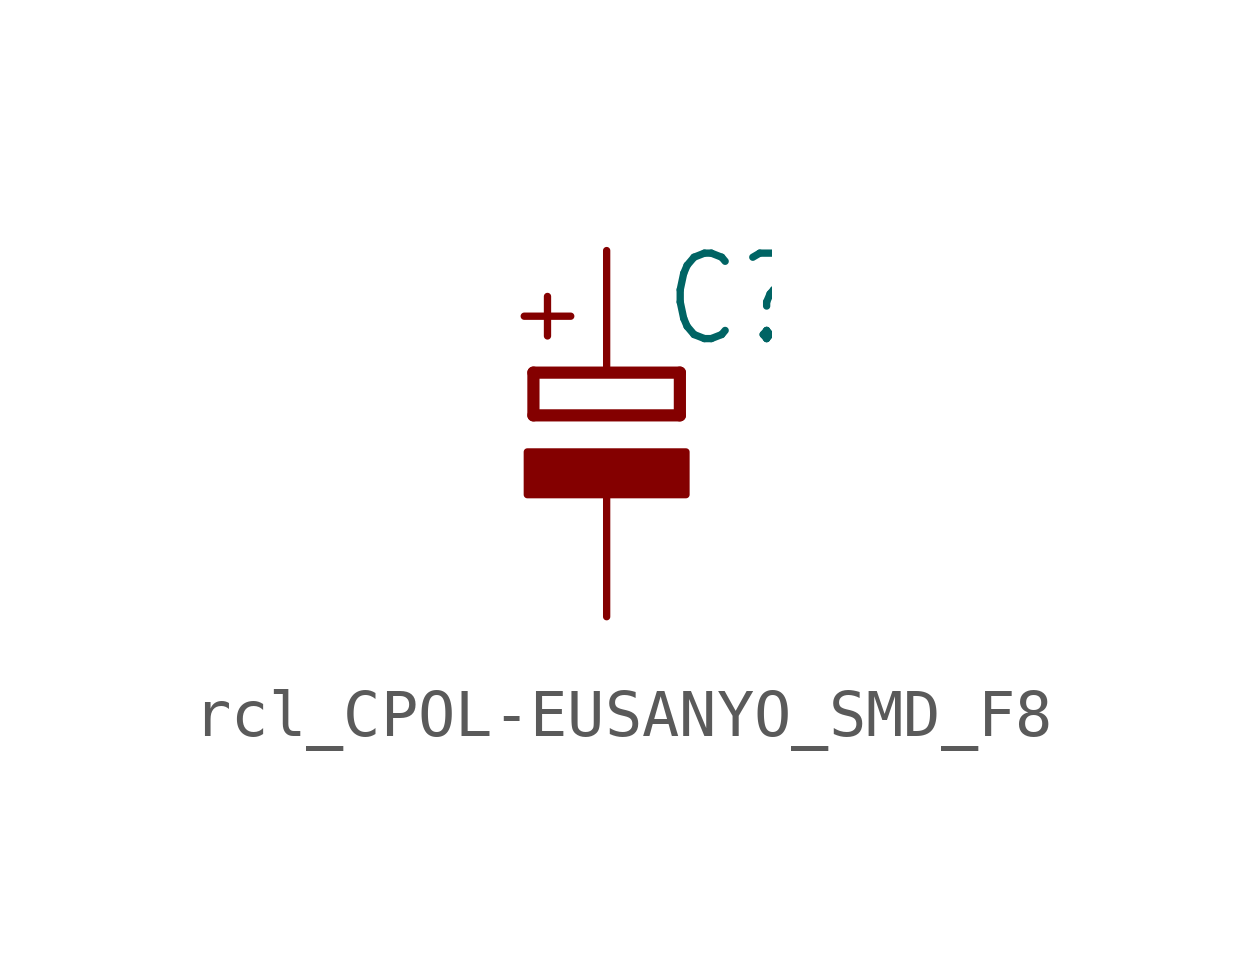
<source format=kicad_sym>
(kicad_symbol_lib
  (version 20231120)
  (generator "kicad_symbol_editor")
  (generator_version "8.0")
  (symbol "rcl_CPOL-EUSANYO_SMD_F8"
    (property "Reference" "C"
      (at 1.143 0.483 0)
      (effects (font (size 1.778 1.511)) (justify left bottom)))
    (property "Value" ""
      (at 1.143 -4.597 0)
      (effects (font (size 1.778 1.511)) (justify left bottom)))
    (property "ki_locked" ""
      (at 0 0 0)
      (effects (font (size 1.27 1.27))))
    (symbol "rcl_CPOL-EUSANYO_SMD_F8_1_0"
      (rectangle (start -1.651 -2.54) (end 1.651 -1.651) (stroke (width 0) (type default)) (fill (type outline)))
      (polyline (pts (xy -1.524 -0.889) (xy 1.524 -0.889)) (stroke (width 0.254) (type solid)) (fill (type none)))
      (polyline (pts (xy -1.524 0) (xy -1.524 -0.889)) (stroke (width 0.254) (type solid)) (fill (type none)))
      (polyline (pts (xy -1.524 0) (xy 1.524 0)) (stroke (width 0.254) (type solid)) (fill (type none)))
      (polyline (pts (xy 1.524 -0.889) (xy 1.524 0)) (stroke (width 0.254) (type solid)) (fill (type none)))
      (text "+" (at -0.584 0.406 900) (effects (font (size 1.27 1.079)) (justify left bottom)))
      (pin passive line (at 0 2.54 270) (length 2.54) (name "+" (effects (font (size 0 0)))) (number "+" (effects (font (size 0 0)))))
      (pin passive line (at 0 -5.08 90) (length 2.54) (name "-" (effects (font (size 0 0)))) (number "-" (effects (font (size 0 0))))))))
</source>
